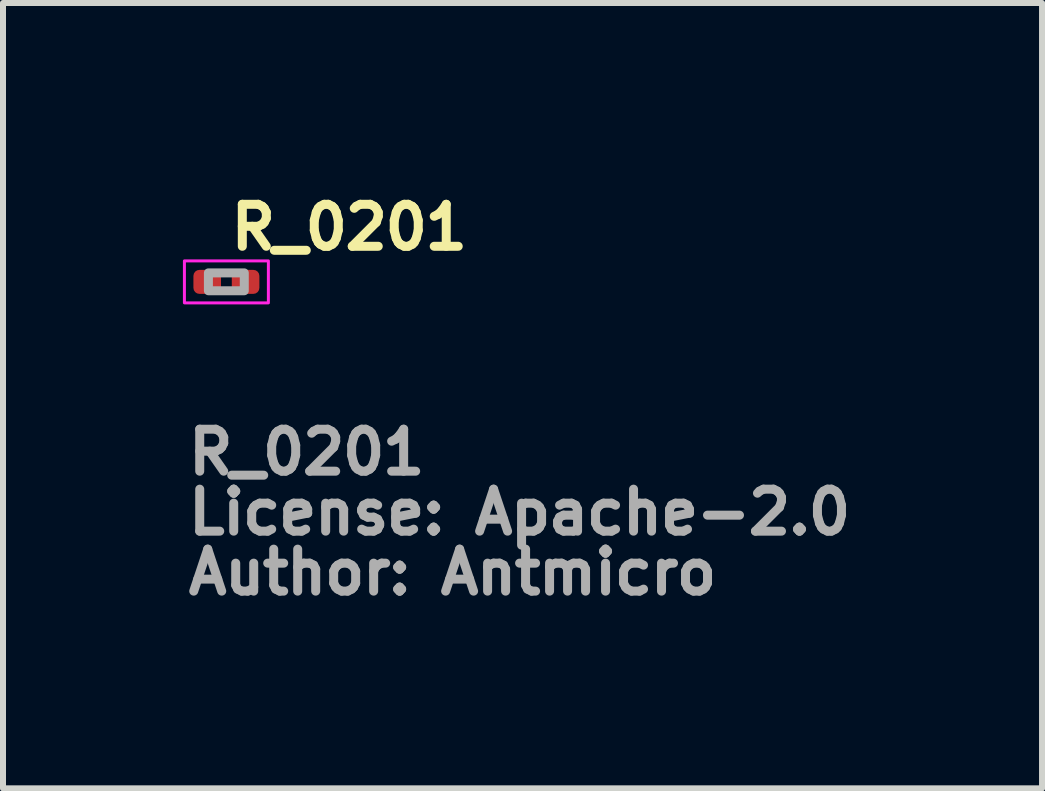
<source format=kicad_pcb>
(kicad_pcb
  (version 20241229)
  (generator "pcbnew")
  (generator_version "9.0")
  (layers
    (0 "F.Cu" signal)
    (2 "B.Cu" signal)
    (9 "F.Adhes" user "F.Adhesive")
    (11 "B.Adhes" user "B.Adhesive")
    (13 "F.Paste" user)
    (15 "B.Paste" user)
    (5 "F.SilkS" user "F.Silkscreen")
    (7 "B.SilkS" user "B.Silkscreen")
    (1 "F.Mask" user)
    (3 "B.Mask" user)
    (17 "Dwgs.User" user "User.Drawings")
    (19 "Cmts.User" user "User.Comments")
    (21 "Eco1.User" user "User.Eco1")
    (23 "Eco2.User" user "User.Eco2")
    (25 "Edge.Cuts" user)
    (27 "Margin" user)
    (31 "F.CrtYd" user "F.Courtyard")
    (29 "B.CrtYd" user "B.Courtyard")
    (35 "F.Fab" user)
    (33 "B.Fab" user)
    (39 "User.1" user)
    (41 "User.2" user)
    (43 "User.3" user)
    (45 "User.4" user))
  (footprint "R_0201"
    (layer "F.Cu")
    (at 0.725 1.65)
    (property "Reference" "R_0201" (at 0 -0.5 0) (layer "F.SilkS") (effects (font (size 0.7 0.7) (thickness 0.15)) (justify left bottom)))
    (attr smd)
    (fp_rect (start -0.7 -0.35) (end 0.7 0.35) (stroke (width 0.05) (type default)) (fill no) (layer "F.CrtYd"))
    (fp_rect (start -0.3 -0.15) (end 0.298 0.148) (stroke (width 0.15) (type solid)) (fill no) (layer "F.Fab"))
    (fp_rect (start -0.3 -0.15) (end 0.298 0.148) (stroke (width 0.1) (type solid)) (fill no) (layer "User.5"))
    (fp_line (start -0.3 0.148) (end -0.3 -0.15) (stroke (width 0.02) (type solid)) (layer "User.9"))
    (fp_line (start -0.25 -0.15) (end -0.3 -0.15) (stroke (width 0.02) (type solid)) (layer "User.9"))
    (fp_line (start -0.25 -0.15) (end -0.25 -0.102) (stroke (width 0.02) (type solid)) (layer "User.9"))
    (fp_line (start -0.25 -0.102) (end -0.202 -0.102) (stroke (width 0.02) (type solid)) (layer "User.9"))
    (fp_line (start -0.25 0.1) (end -0.25 0.148) (stroke (width 0.02) (type solid)) (layer "User.9"))
    (fp_line (start -0.25 0.148) (end -0.3 0.148) (stroke (width 0.02) (type solid)) (layer "User.9"))
    (fp_line (start -0.202 -0.15) (end -0.25 -0.15) (stroke (width 0.02) (type solid)) (layer "User.9"))
    (fp_line (start -0.202 -0.15) (end -0.202 0.148) (stroke (width 0.02) (type solid)) (layer "User.9"))
    (fp_line (start -0.202 0.1) (end -0.25 0.1) (stroke (width 0.02) (type solid)) (layer "User.9"))
    (fp_line (start -0.202 0.1) (end -0.202 -0.102) (stroke (width 0.02) (type solid)) (layer "User.9"))
    (fp_line (start -0.202 0.148) (end -0.25 0.148) (stroke (width 0.02) (type solid)) (layer "User.9"))
    (fp_line (start -0.202 0.148) (end 0.2 0.148) (stroke (width 0.02) (type solid)) (layer "User.9"))
    (fp_line (start 0.2 -0.15) (end -0.202 -0.15) (stroke (width 0.02) (type solid)) (layer "User.9"))
    (fp_line (start 0.2 -0.102) (end 0.248 -0.102) (stroke (width 0.02) (type solid)) (layer "User.9"))
    (fp_line (start 0.2 0.1) (end 0.2 -0.102) (stroke (width 0.02) (type solid)) (layer "User.9"))
    (fp_line (start 0.2 0.148) (end 0.2 -0.15) (stroke (width 0.02) (type solid)) (layer "User.9"))
    (fp_line (start 0.248 -0.15) (end 0.2 -0.15) (stroke (width 0.02) (type solid)) (layer "User.9"))
    (fp_line (start 0.248 -0.15) (end 0.298 -0.15) (stroke (width 0.02) (type solid)) (layer "User.9"))
    (fp_line (start 0.248 -0.102) (end 0.248 -0.15) (stroke (width 0.02) (type solid)) (layer "User.9"))
    (fp_line (start 0.248 0.1) (end 0.2 0.1) (stroke (width 0.02) (type solid)) (layer "User.9"))
    (fp_line (start 0.248 0.148) (end 0.2 0.148) (stroke (width 0.02) (type solid)) (layer "User.9"))
    (fp_line (start 0.248 0.148) (end 0.248 0.1) (stroke (width 0.02) (type solid)) (layer "User.9"))
    (fp_line (start 0.248 0.148) (end 0.298 0.148) (stroke (width 0.02) (type solid)) (layer "User.9"))
    (fp_line (start 0.298 0.148) (end 0.298 -0.15) (stroke (width 0.02) (type solid)) (layer "User.9"))
    (fp_text user "${REFERENCE}" (at -0.71 3.25 0) (layer "F.Fab") (effects (font (size 0.7 0.7) (thickness 0.15)) (justify left bottom)))
    (fp_text user "License: Apache-2.0" (at -0.71 4.25 0) (layer "F.Fab") (effects (font (size 0.7 0.7) (thickness 0.15)) (justify left bottom)))
    (fp_text user "Author: Antmicro" (at -0.71 5.25 0) (layer "F.Fab") (effects (font (size 0.7 0.7) (thickness 0.15)) (justify left bottom)))
    (pad "" smd roundrect (at -0.346 0) (size 0.318 0.36) (layers "F.Paste") (roundrect_rratio 0.25))
    (pad "" smd roundrect (at 0.344 0) (size 0.318 0.36) (layers "F.Paste") (roundrect_rratio 0.25))
    (pad "1" smd roundrect (at -0.32 0) (size 0.46 0.4) (layers "F.Cu" "F.Mask") (roundrect_rratio 0.25))
    (pad "2" smd roundrect (at 0.32 0) (size 0.46 0.4) (layers "F.Cu" "F.Mask") (roundrect_rratio 0.25)))
  (gr_rect
    (start -3 -3)
    (end 14.325 10.095)
    (stroke (width 0.1) (type default))
    (fill no)
    (layer "Edge.Cuts")))
</source>
